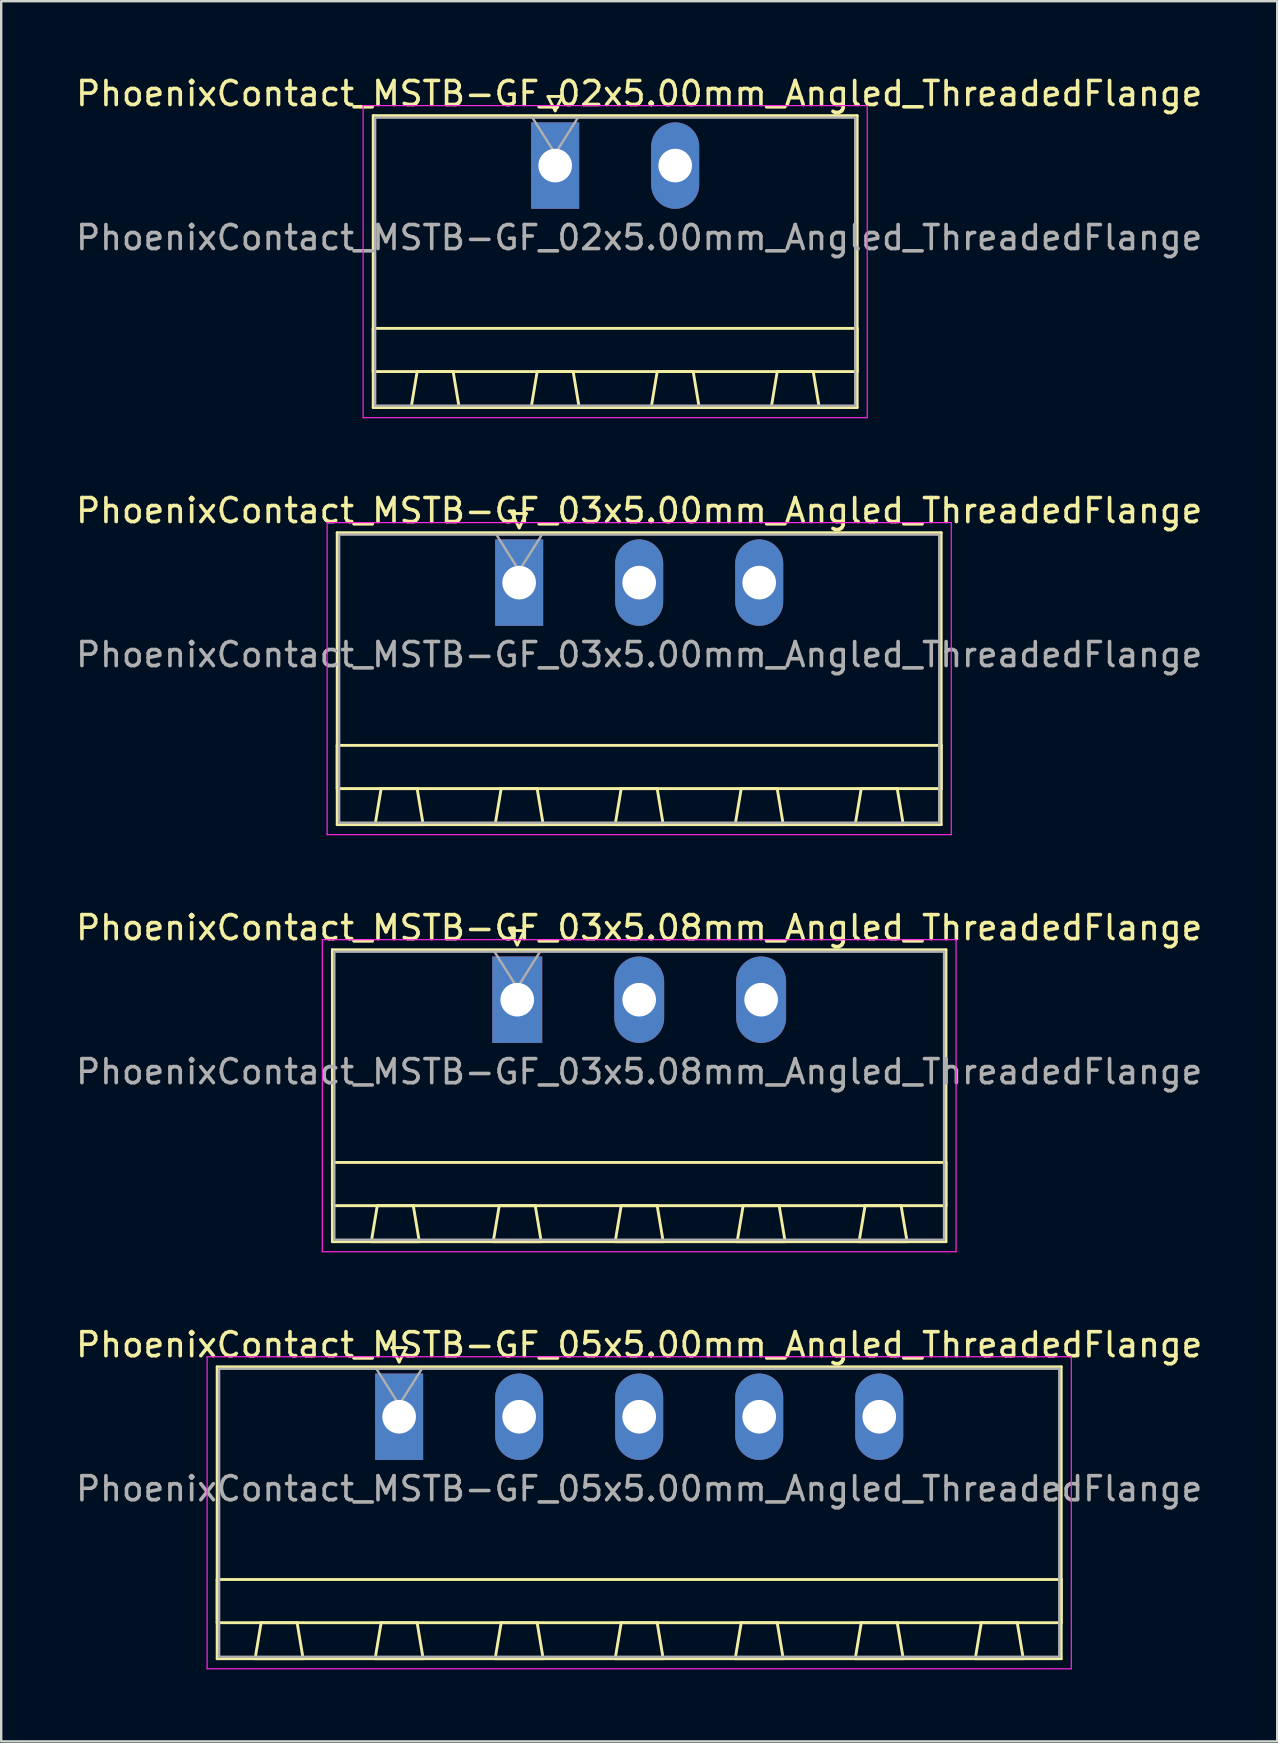
<source format=kicad_pcb>
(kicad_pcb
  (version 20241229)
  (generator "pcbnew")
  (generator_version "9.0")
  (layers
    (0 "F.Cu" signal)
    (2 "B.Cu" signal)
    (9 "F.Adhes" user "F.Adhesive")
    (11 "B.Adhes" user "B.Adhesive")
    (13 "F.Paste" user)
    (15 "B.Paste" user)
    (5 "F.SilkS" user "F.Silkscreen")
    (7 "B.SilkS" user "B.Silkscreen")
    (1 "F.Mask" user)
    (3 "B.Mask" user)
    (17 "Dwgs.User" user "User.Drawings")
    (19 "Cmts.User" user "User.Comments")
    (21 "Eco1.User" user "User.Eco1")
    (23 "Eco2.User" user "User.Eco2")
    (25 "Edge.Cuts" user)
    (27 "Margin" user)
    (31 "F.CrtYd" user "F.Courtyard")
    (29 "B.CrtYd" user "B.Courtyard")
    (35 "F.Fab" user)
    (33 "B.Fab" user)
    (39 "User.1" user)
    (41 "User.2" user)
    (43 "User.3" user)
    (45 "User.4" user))
  (footprint "PhoenixContact_MSTB-GF_02x5.00mm_Angled_ThreadedFlange"
    (layer "F.Cu")
    (at 20.077 3.848)
    (property "Reference" "PhoenixContact_MSTB-GF_02x5.00mm_Angled_ThreadedFlange" (at 3.5 -3 0) (layer "F.SilkS") (effects (font (size 1 1) (thickness 0.15))))
    (attr through_hole)
    (fp_line (start -7.58 -2.08) (end -7.58 10.08) (stroke (width 0.12) (type solid)) (layer "F.SilkS"))
    (fp_line (start -7.58 6.78) (end 12.58 6.78) (stroke (width 0.12) (type solid)) (layer "F.SilkS"))
    (fp_line (start -7.58 8.58) (end -7.58 6.78) (stroke (width 0.12) (type solid)) (layer "F.SilkS"))
    (fp_line (start -7.58 10.08) (end 12.58 10.08) (stroke (width 0.12) (type solid)) (layer "F.SilkS"))
    (fp_line (start -6 10.08) (end -4 10.08) (stroke (width 0.12) (type solid)) (layer "F.SilkS"))
    (fp_line (start -5.75 8.58) (end -6 10.08) (stroke (width 0.12) (type solid)) (layer "F.SilkS"))
    (fp_line (start -4.25 8.58) (end -5.75 8.58) (stroke (width 0.12) (type solid)) (layer "F.SilkS"))
    (fp_line (start -4 10.08) (end -4.25 8.58) (stroke (width 0.12) (type solid)) (layer "F.SilkS"))
    (fp_line (start -1 10.08) (end 1 10.08) (stroke (width 0.12) (type solid)) (layer "F.SilkS"))
    (fp_line (start -0.75 8.58) (end -1 10.08) (stroke (width 0.12) (type solid)) (layer "F.SilkS"))
    (fp_line (start -0.3 -2.88) (end 0.3 -2.88) (stroke (width 0.12) (type solid)) (layer "F.SilkS"))
    (fp_line (start 0 -2.28) (end -0.3 -2.88) (stroke (width 0.12) (type solid)) (layer "F.SilkS"))
    (fp_line (start 0.3 -2.88) (end 0 -2.28) (stroke (width 0.12) (type solid)) (layer "F.SilkS"))
    (fp_line (start 0.75 8.58) (end -0.75 8.58) (stroke (width 0.12) (type solid)) (layer "F.SilkS"))
    (fp_line (start 1 10.08) (end 0.75 8.58) (stroke (width 0.12) (type solid)) (layer "F.SilkS"))
    (fp_line (start 4 10.08) (end 6 10.08) (stroke (width 0.12) (type solid)) (layer "F.SilkS"))
    (fp_line (start 4.25 8.58) (end 4 10.08) (stroke (width 0.12) (type solid)) (layer "F.SilkS"))
    (fp_line (start 5.75 8.58) (end 4.25 8.58) (stroke (width 0.12) (type solid)) (layer "F.SilkS"))
    (fp_line (start 6 10.08) (end 5.75 8.58) (stroke (width 0.12) (type solid)) (layer "F.SilkS"))
    (fp_line (start 9 10.08) (end 11 10.08) (stroke (width 0.12) (type solid)) (layer "F.SilkS"))
    (fp_line (start 9.25 8.58) (end 9 10.08) (stroke (width 0.12) (type solid)) (layer "F.SilkS"))
    (fp_line (start 10.75 8.58) (end 9.25 8.58) (stroke (width 0.12) (type solid)) (layer "F.SilkS"))
    (fp_line (start 11 10.08) (end 10.75 8.58) (stroke (width 0.12) (type solid)) (layer "F.SilkS"))
    (fp_line (start 12.58 -2.08) (end -7.58 -2.08) (stroke (width 0.12) (type solid)) (layer "F.SilkS"))
    (fp_line (start 12.58 6.78) (end 12.58 8.58) (stroke (width 0.12) (type solid)) (layer "F.SilkS"))
    (fp_line (start 12.58 8.58) (end -7.58 8.58) (stroke (width 0.12) (type solid)) (layer "F.SilkS"))
    (fp_line (start 12.58 10.08) (end 12.58 -2.08) (stroke (width 0.12) (type solid)) (layer "F.SilkS"))
    (fp_line (start -8 -2.5) (end -8 10.5) (stroke (width 0.05) (type solid)) (layer "F.CrtYd"))
    (fp_line (start -8 10.5) (end 13 10.5) (stroke (width 0.05) (type solid)) (layer "F.CrtYd"))
    (fp_line (start 13 -2.5) (end -8 -2.5) (stroke (width 0.05) (type solid)) (layer "F.CrtYd"))
    (fp_line (start 13 10.5) (end 13 -2.5) (stroke (width 0.05) (type solid)) (layer "F.CrtYd"))
    (fp_line (start -7.5 -2) (end -7.5 10) (stroke (width 0.1) (type solid)) (layer "F.Fab"))
    (fp_line (start -7.5 10) (end 12.5 10) (stroke (width 0.1) (type solid)) (layer "F.Fab"))
    (fp_line (start 0 -0.5) (end -0.95 -2) (stroke (width 0.1) (type solid)) (layer "F.Fab"))
    (fp_line (start 0.95 -2) (end 0 -0.5) (stroke (width 0.1) (type solid)) (layer "F.Fab"))
    (fp_line (start 12.5 -2) (end -7.5 -2) (stroke (width 0.1) (type solid)) (layer "F.Fab"))
    (fp_line (start 12.5 10) (end 12.5 -2) (stroke (width 0.1) (type solid)) (layer "F.Fab"))
    (fp_text user "${REFERENCE}" (at 3.5 3 0) (layer "F.Fab") (effects (font (size 1 1) (thickness 0.15))))
    (pad "1" thru_hole rect (at 0 0) (size 2 3.6) (drill 1.4) (layers "*.Cu" "*.Mask"))
    (pad "2" thru_hole oval (at 5 0) (size 2 3.6) (drill 1.4) (layers "*.Cu" "*.Mask")))
  (footprint "PhoenixContact_MSTB-GF_05x5.00mm_Angled_ThreadedFlange"
    (layer "F.Cu")
    (at 13.577 55.968)
    (property "Reference" "PhoenixContact_MSTB-GF_05x5.00mm_Angled_ThreadedFlange" (at 10 -3 0) (layer "F.SilkS") (effects (font (size 1 1) (thickness 0.15))))
    (attr through_hole)
    (fp_line (start -7.58 -2.08) (end -7.58 10.08) (stroke (width 0.12) (type solid)) (layer "F.SilkS"))
    (fp_line (start -7.58 6.78) (end 27.58 6.78) (stroke (width 0.12) (type solid)) (layer "F.SilkS"))
    (fp_line (start -7.58 8.58) (end -7.58 6.78) (stroke (width 0.12) (type solid)) (layer "F.SilkS"))
    (fp_line (start -7.58 10.08) (end 27.58 10.08) (stroke (width 0.12) (type solid)) (layer "F.SilkS"))
    (fp_line (start -6 10.08) (end -4 10.08) (stroke (width 0.12) (type solid)) (layer "F.SilkS"))
    (fp_line (start -5.75 8.58) (end -6 10.08) (stroke (width 0.12) (type solid)) (layer "F.SilkS"))
    (fp_line (start -4.25 8.58) (end -5.75 8.58) (stroke (width 0.12) (type solid)) (layer "F.SilkS"))
    (fp_line (start -4 10.08) (end -4.25 8.58) (stroke (width 0.12) (type solid)) (layer "F.SilkS"))
    (fp_line (start -1 10.08) (end 1 10.08) (stroke (width 0.12) (type solid)) (layer "F.SilkS"))
    (fp_line (start -0.75 8.58) (end -1 10.08) (stroke (width 0.12) (type solid)) (layer "F.SilkS"))
    (fp_line (start -0.3 -2.88) (end 0.3 -2.88) (stroke (width 0.12) (type solid)) (layer "F.SilkS"))
    (fp_line (start 0 -2.28) (end -0.3 -2.88) (stroke (width 0.12) (type solid)) (layer "F.SilkS"))
    (fp_line (start 0.3 -2.88) (end 0 -2.28) (stroke (width 0.12) (type solid)) (layer "F.SilkS"))
    (fp_line (start 0.75 8.58) (end -0.75 8.58) (stroke (width 0.12) (type solid)) (layer "F.SilkS"))
    (fp_line (start 1 10.08) (end 0.75 8.58) (stroke (width 0.12) (type solid)) (layer "F.SilkS"))
    (fp_line (start 4 10.08) (end 6 10.08) (stroke (width 0.12) (type solid)) (layer "F.SilkS"))
    (fp_line (start 4.25 8.58) (end 4 10.08) (stroke (width 0.12) (type solid)) (layer "F.SilkS"))
    (fp_line (start 5.75 8.58) (end 4.25 8.58) (stroke (width 0.12) (type solid)) (layer "F.SilkS"))
    (fp_line (start 6 10.08) (end 5.75 8.58) (stroke (width 0.12) (type solid)) (layer "F.SilkS"))
    (fp_line (start 9 10.08) (end 11 10.08) (stroke (width 0.12) (type solid)) (layer "F.SilkS"))
    (fp_line (start 9.25 8.58) (end 9 10.08) (stroke (width 0.12) (type solid)) (layer "F.SilkS"))
    (fp_line (start 10.75 8.58) (end 9.25 8.58) (stroke (width 0.12) (type solid)) (layer "F.SilkS"))
    (fp_line (start 11 10.08) (end 10.75 8.58) (stroke (width 0.12) (type solid)) (layer "F.SilkS"))
    (fp_line (start 14 10.08) (end 16 10.08) (stroke (width 0.12) (type solid)) (layer "F.SilkS"))
    (fp_line (start 14.25 8.58) (end 14 10.08) (stroke (width 0.12) (type solid)) (layer "F.SilkS"))
    (fp_line (start 15.75 8.58) (end 14.25 8.58) (stroke (width 0.12) (type solid)) (layer "F.SilkS"))
    (fp_line (start 16 10.08) (end 15.75 8.58) (stroke (width 0.12) (type solid)) (layer "F.SilkS"))
    (fp_line (start 19 10.08) (end 21 10.08) (stroke (width 0.12) (type solid)) (layer "F.SilkS"))
    (fp_line (start 19.25 8.58) (end 19 10.08) (stroke (width 0.12) (type solid)) (layer "F.SilkS"))
    (fp_line (start 20.75 8.58) (end 19.25 8.58) (stroke (width 0.12) (type solid)) (layer "F.SilkS"))
    (fp_line (start 21 10.08) (end 20.75 8.58) (stroke (width 0.12) (type solid)) (layer "F.SilkS"))
    (fp_line (start 24 10.08) (end 26 10.08) (stroke (width 0.12) (type solid)) (layer "F.SilkS"))
    (fp_line (start 24.25 8.58) (end 24 10.08) (stroke (width 0.12) (type solid)) (layer "F.SilkS"))
    (fp_line (start 25.75 8.58) (end 24.25 8.58) (stroke (width 0.12) (type solid)) (layer "F.SilkS"))
    (fp_line (start 26 10.08) (end 25.75 8.58) (stroke (width 0.12) (type solid)) (layer "F.SilkS"))
    (fp_line (start 27.58 -2.08) (end -7.58 -2.08) (stroke (width 0.12) (type solid)) (layer "F.SilkS"))
    (fp_line (start 27.58 6.78) (end 27.58 8.58) (stroke (width 0.12) (type solid)) (layer "F.SilkS"))
    (fp_line (start 27.58 8.58) (end -7.58 8.58) (stroke (width 0.12) (type solid)) (layer "F.SilkS"))
    (fp_line (start 27.58 10.08) (end 27.58 -2.08) (stroke (width 0.12) (type solid)) (layer "F.SilkS"))
    (fp_line (start -8 -2.5) (end -8 10.5) (stroke (width 0.05) (type solid)) (layer "F.CrtYd"))
    (fp_line (start -8 10.5) (end 28 10.5) (stroke (width 0.05) (type solid)) (layer "F.CrtYd"))
    (fp_line (start 28 -2.5) (end -8 -2.5) (stroke (width 0.05) (type solid)) (layer "F.CrtYd"))
    (fp_line (start 28 10.5) (end 28 -2.5) (stroke (width 0.05) (type solid)) (layer "F.CrtYd"))
    (fp_line (start -7.5 -2) (end -7.5 10) (stroke (width 0.1) (type solid)) (layer "F.Fab"))
    (fp_line (start -7.5 10) (end 27.5 10) (stroke (width 0.1) (type solid)) (layer "F.Fab"))
    (fp_line (start 0 -0.5) (end -0.95 -2) (stroke (width 0.1) (type solid)) (layer "F.Fab"))
    (fp_line (start 0.95 -2) (end 0 -0.5) (stroke (width 0.1) (type solid)) (layer "F.Fab"))
    (fp_line (start 27.5 -2) (end -7.5 -2) (stroke (width 0.1) (type solid)) (layer "F.Fab"))
    (fp_line (start 27.5 10) (end 27.5 -2) (stroke (width 0.1) (type solid)) (layer "F.Fab"))
    (fp_text user "${REFERENCE}" (at 10 3 0) (layer "F.Fab") (effects (font (size 1 1) (thickness 0.15))))
    (pad "1" thru_hole rect (at 0 0) (size 2 3.6) (drill 1.4) (layers "*.Cu" "*.Mask"))
    (pad "2" thru_hole oval (at 5 0) (size 2 3.6) (drill 1.4) (layers "*.Cu" "*.Mask"))
    (pad "3" thru_hole oval (at 10 0) (size 2 3.6) (drill 1.4) (layers "*.Cu" "*.Mask"))
    (pad "4" thru_hole oval (at 15 0) (size 2 3.6) (drill 1.4) (layers "*.Cu" "*.Mask"))
    (pad "5" thru_hole oval (at 20 0) (size 2 3.6) (drill 1.4) (layers "*.Cu" "*.Mask")))
  (footprint "PhoenixContact_MSTB-GF_03x5.00mm_Angled_ThreadedFlange"
    (layer "F.Cu")
    (at 18.577 21.221)
    (property "Reference" "PhoenixContact_MSTB-GF_03x5.00mm_Angled_ThreadedFlange" (at 5 -3 0) (layer "F.SilkS") (effects (font (size 1 1) (thickness 0.15))))
    (attr through_hole)
    (fp_line (start -7.58 -2.08) (end -7.58 10.08) (stroke (width 0.12) (type solid)) (layer "F.SilkS"))
    (fp_line (start -7.58 6.78) (end 17.58 6.78) (stroke (width 0.12) (type solid)) (layer "F.SilkS"))
    (fp_line (start -7.58 8.58) (end -7.58 6.78) (stroke (width 0.12) (type solid)) (layer "F.SilkS"))
    (fp_line (start -7.58 10.08) (end 17.58 10.08) (stroke (width 0.12) (type solid)) (layer "F.SilkS"))
    (fp_line (start -6 10.08) (end -4 10.08) (stroke (width 0.12) (type solid)) (layer "F.SilkS"))
    (fp_line (start -5.75 8.58) (end -6 10.08) (stroke (width 0.12) (type solid)) (layer "F.SilkS"))
    (fp_line (start -4.25 8.58) (end -5.75 8.58) (stroke (width 0.12) (type solid)) (layer "F.SilkS"))
    (fp_line (start -4 10.08) (end -4.25 8.58) (stroke (width 0.12) (type solid)) (layer "F.SilkS"))
    (fp_line (start -1 10.08) (end 1 10.08) (stroke (width 0.12) (type solid)) (layer "F.SilkS"))
    (fp_line (start -0.75 8.58) (end -1 10.08) (stroke (width 0.12) (type solid)) (layer "F.SilkS"))
    (fp_line (start -0.3 -2.88) (end 0.3 -2.88) (stroke (width 0.12) (type solid)) (layer "F.SilkS"))
    (fp_line (start 0 -2.28) (end -0.3 -2.88) (stroke (width 0.12) (type solid)) (layer "F.SilkS"))
    (fp_line (start 0.3 -2.88) (end 0 -2.28) (stroke (width 0.12) (type solid)) (layer "F.SilkS"))
    (fp_line (start 0.75 8.58) (end -0.75 8.58) (stroke (width 0.12) (type solid)) (layer "F.SilkS"))
    (fp_line (start 1 10.08) (end 0.75 8.58) (stroke (width 0.12) (type solid)) (layer "F.SilkS"))
    (fp_line (start 4 10.08) (end 6 10.08) (stroke (width 0.12) (type solid)) (layer "F.SilkS"))
    (fp_line (start 4.25 8.58) (end 4 10.08) (stroke (width 0.12) (type solid)) (layer "F.SilkS"))
    (fp_line (start 5.75 8.58) (end 4.25 8.58) (stroke (width 0.12) (type solid)) (layer "F.SilkS"))
    (fp_line (start 6 10.08) (end 5.75 8.58) (stroke (width 0.12) (type solid)) (layer "F.SilkS"))
    (fp_line (start 9 10.08) (end 11 10.08) (stroke (width 0.12) (type solid)) (layer "F.SilkS"))
    (fp_line (start 9.25 8.58) (end 9 10.08) (stroke (width 0.12) (type solid)) (layer "F.SilkS"))
    (fp_line (start 10.75 8.58) (end 9.25 8.58) (stroke (width 0.12) (type solid)) (layer "F.SilkS"))
    (fp_line (start 11 10.08) (end 10.75 8.58) (stroke (width 0.12) (type solid)) (layer "F.SilkS"))
    (fp_line (start 14 10.08) (end 16 10.08) (stroke (width 0.12) (type solid)) (layer "F.SilkS"))
    (fp_line (start 14.25 8.58) (end 14 10.08) (stroke (width 0.12) (type solid)) (layer "F.SilkS"))
    (fp_line (start 15.75 8.58) (end 14.25 8.58) (stroke (width 0.12) (type solid)) (layer "F.SilkS"))
    (fp_line (start 16 10.08) (end 15.75 8.58) (stroke (width 0.12) (type solid)) (layer "F.SilkS"))
    (fp_line (start 17.58 -2.08) (end -7.58 -2.08) (stroke (width 0.12) (type solid)) (layer "F.SilkS"))
    (fp_line (start 17.58 6.78) (end 17.58 8.58) (stroke (width 0.12) (type solid)) (layer "F.SilkS"))
    (fp_line (start 17.58 8.58) (end -7.58 8.58) (stroke (width 0.12) (type solid)) (layer "F.SilkS"))
    (fp_line (start 17.58 10.08) (end 17.58 -2.08) (stroke (width 0.12) (type solid)) (layer "F.SilkS"))
    (fp_line (start -8 -2.5) (end -8 10.5) (stroke (width 0.05) (type solid)) (layer "F.CrtYd"))
    (fp_line (start -8 10.5) (end 18 10.5) (stroke (width 0.05) (type solid)) (layer "F.CrtYd"))
    (fp_line (start 18 -2.5) (end -8 -2.5) (stroke (width 0.05) (type solid)) (layer "F.CrtYd"))
    (fp_line (start 18 10.5) (end 18 -2.5) (stroke (width 0.05) (type solid)) (layer "F.CrtYd"))
    (fp_line (start -7.5 -2) (end -7.5 10) (stroke (width 0.1) (type solid)) (layer "F.Fab"))
    (fp_line (start -7.5 10) (end 17.5 10) (stroke (width 0.1) (type solid)) (layer "F.Fab"))
    (fp_line (start 0 -0.5) (end -0.95 -2) (stroke (width 0.1) (type solid)) (layer "F.Fab"))
    (fp_line (start 0.95 -2) (end 0 -0.5) (stroke (width 0.1) (type solid)) (layer "F.Fab"))
    (fp_line (start 17.5 -2) (end -7.5 -2) (stroke (width 0.1) (type solid)) (layer "F.Fab"))
    (fp_line (start 17.5 10) (end 17.5 -2) (stroke (width 0.1) (type solid)) (layer "F.Fab"))
    (fp_text user "${REFERENCE}" (at 5 3 0) (layer "F.Fab") (effects (font (size 1 1) (thickness 0.15))))
    (pad "1" thru_hole rect (at 0 0) (size 2 3.6) (drill 1.4) (layers "*.Cu" "*.Mask"))
    (pad "2" thru_hole oval (at 5 0) (size 2 3.6) (drill 1.4) (layers "*.Cu" "*.Mask"))
    (pad "3" thru_hole oval (at 10 0) (size 2 3.6) (drill 1.4) (layers "*.Cu" "*.Mask")))
  (footprint "PhoenixContact_MSTB-GF_03x5.08mm_Angled_ThreadedFlange"
    (layer "F.Cu")
    (at 18.497 38.595)
    (property "Reference" "PhoenixContact_MSTB-GF_03x5.08mm_Angled_ThreadedFlange" (at 5.08 -3 0) (layer "F.SilkS") (effects (font (size 1 1) (thickness 0.15))))
    (attr through_hole)
    (fp_line (start -7.7 -2.08) (end -7.7 10.08) (stroke (width 0.12) (type solid)) (layer "F.SilkS"))
    (fp_line (start -7.7 6.78) (end 17.86 6.78) (stroke (width 0.12) (type solid)) (layer "F.SilkS"))
    (fp_line (start -7.7 8.58) (end -7.7 6.78) (stroke (width 0.12) (type solid)) (layer "F.SilkS"))
    (fp_line (start -7.7 10.08) (end 17.86 10.08) (stroke (width 0.12) (type solid)) (layer "F.SilkS"))
    (fp_line (start -6.08 10.08) (end -4.08 10.08) (stroke (width 0.12) (type solid)) (layer "F.SilkS"))
    (fp_line (start -5.83 8.58) (end -6.08 10.08) (stroke (width 0.12) (type solid)) (layer "F.SilkS"))
    (fp_line (start -4.33 8.58) (end -5.83 8.58) (stroke (width 0.12) (type solid)) (layer "F.SilkS"))
    (fp_line (start -4.08 10.08) (end -4.33 8.58) (stroke (width 0.12) (type solid)) (layer "F.SilkS"))
    (fp_line (start -1 10.08) (end 1 10.08) (stroke (width 0.12) (type solid)) (layer "F.SilkS"))
    (fp_line (start -0.75 8.58) (end -1 10.08) (stroke (width 0.12) (type solid)) (layer "F.SilkS"))
    (fp_line (start -0.3 -2.88) (end 0.3 -2.88) (stroke (width 0.12) (type solid)) (layer "F.SilkS"))
    (fp_line (start 0 -2.28) (end -0.3 -2.88) (stroke (width 0.12) (type solid)) (layer "F.SilkS"))
    (fp_line (start 0.3 -2.88) (end 0 -2.28) (stroke (width 0.12) (type solid)) (layer "F.SilkS"))
    (fp_line (start 0.75 8.58) (end -0.75 8.58) (stroke (width 0.12) (type solid)) (layer "F.SilkS"))
    (fp_line (start 1 10.08) (end 0.75 8.58) (stroke (width 0.12) (type solid)) (layer "F.SilkS"))
    (fp_line (start 4.08 10.08) (end 6.08 10.08) (stroke (width 0.12) (type solid)) (layer "F.SilkS"))
    (fp_line (start 4.33 8.58) (end 4.08 10.08) (stroke (width 0.12) (type solid)) (layer "F.SilkS"))
    (fp_line (start 5.83 8.58) (end 4.33 8.58) (stroke (width 0.12) (type solid)) (layer "F.SilkS"))
    (fp_line (start 6.08 10.08) (end 5.83 8.58) (stroke (width 0.12) (type solid)) (layer "F.SilkS"))
    (fp_line (start 9.16 10.08) (end 11.16 10.08) (stroke (width 0.12) (type solid)) (layer "F.SilkS"))
    (fp_line (start 9.41 8.58) (end 9.16 10.08) (stroke (width 0.12) (type solid)) (layer "F.SilkS"))
    (fp_line (start 10.91 8.58) (end 9.41 8.58) (stroke (width 0.12) (type solid)) (layer "F.SilkS"))
    (fp_line (start 11.16 10.08) (end 10.91 8.58) (stroke (width 0.12) (type solid)) (layer "F.SilkS"))
    (fp_line (start 14.24 10.08) (end 16.24 10.08) (stroke (width 0.12) (type solid)) (layer "F.SilkS"))
    (fp_line (start 14.49 8.58) (end 14.24 10.08) (stroke (width 0.12) (type solid)) (layer "F.SilkS"))
    (fp_line (start 15.99 8.58) (end 14.49 8.58) (stroke (width 0.12) (type solid)) (layer "F.SilkS"))
    (fp_line (start 16.24 10.08) (end 15.99 8.58) (stroke (width 0.12) (type solid)) (layer "F.SilkS"))
    (fp_line (start 17.86 -2.08) (end -7.7 -2.08) (stroke (width 0.12) (type solid)) (layer "F.SilkS"))
    (fp_line (start 17.86 6.78) (end 17.86 8.58) (stroke (width 0.12) (type solid)) (layer "F.SilkS"))
    (fp_line (start 17.86 8.58) (end -7.7 8.58) (stroke (width 0.12) (type solid)) (layer "F.SilkS"))
    (fp_line (start 17.86 10.08) (end 17.86 -2.08) (stroke (width 0.12) (type solid)) (layer "F.SilkS"))
    (fp_line (start -8.12 -2.5) (end -8.12 10.5) (stroke (width 0.05) (type solid)) (layer "F.CrtYd"))
    (fp_line (start -8.12 10.5) (end 18.28 10.5) (stroke (width 0.05) (type solid)) (layer "F.CrtYd"))
    (fp_line (start 18.28 -2.5) (end -8.12 -2.5) (stroke (width 0.05) (type solid)) (layer "F.CrtYd"))
    (fp_line (start 18.28 10.5) (end 18.28 -2.5) (stroke (width 0.05) (type solid)) (layer "F.CrtYd"))
    (fp_line (start -7.62 -2) (end -7.62 10) (stroke (width 0.1) (type solid)) (layer "F.Fab"))
    (fp_line (start -7.62 10) (end 17.78 10) (stroke (width 0.1) (type solid)) (layer "F.Fab"))
    (fp_line (start 0 -0.5) (end -0.95 -2) (stroke (width 0.1) (type solid)) (layer "F.Fab"))
    (fp_line (start 0.95 -2) (end 0 -0.5) (stroke (width 0.1) (type solid)) (layer "F.Fab"))
    (fp_line (start 17.78 -2) (end -7.62 -2) (stroke (width 0.1) (type solid)) (layer "F.Fab"))
    (fp_line (start 17.78 10) (end 17.78 -2) (stroke (width 0.1) (type solid)) (layer "F.Fab"))
    (fp_text user "${REFERENCE}" (at 5.08 3 0) (layer "F.Fab") (effects (font (size 1 1) (thickness 0.15))))
    (pad "1" thru_hole rect (at 0 0) (size 2.08 3.6) (drill 1.4) (layers "*.Cu" "*.Mask"))
    (pad "2" thru_hole oval (at 5.08 0) (size 2.08 3.6) (drill 1.4) (layers "*.Cu" "*.Mask"))
    (pad "3" thru_hole oval (at 10.16 0) (size 2.08 3.6) (drill 1.4) (layers "*.Cu" "*.Mask")))
  (gr_rect
    (start -3 -3)
    (end 50.155 69.493)
    (stroke (width 0.1) (type default))
    (fill no)
    (layer "Edge.Cuts")))
</source>
